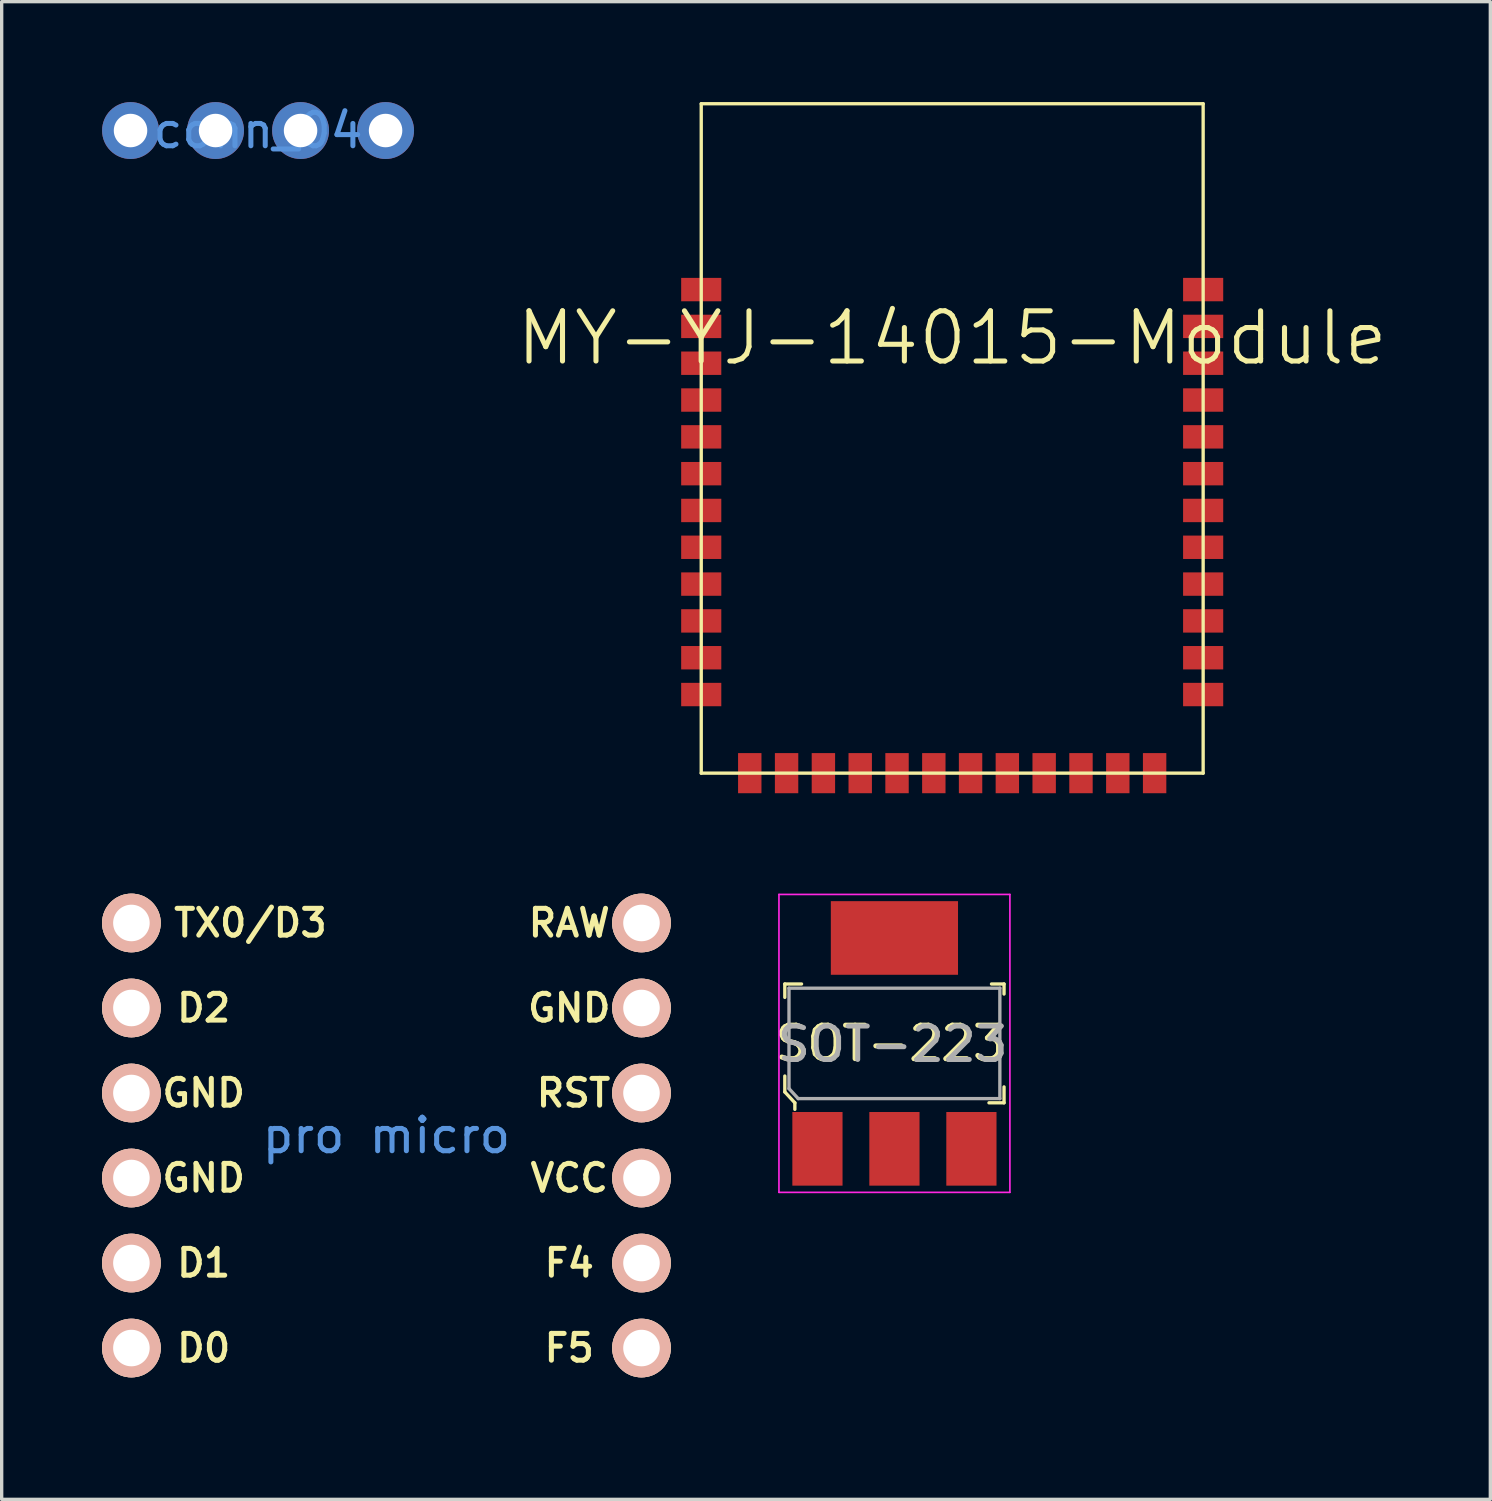
<source format=kicad_pcb>
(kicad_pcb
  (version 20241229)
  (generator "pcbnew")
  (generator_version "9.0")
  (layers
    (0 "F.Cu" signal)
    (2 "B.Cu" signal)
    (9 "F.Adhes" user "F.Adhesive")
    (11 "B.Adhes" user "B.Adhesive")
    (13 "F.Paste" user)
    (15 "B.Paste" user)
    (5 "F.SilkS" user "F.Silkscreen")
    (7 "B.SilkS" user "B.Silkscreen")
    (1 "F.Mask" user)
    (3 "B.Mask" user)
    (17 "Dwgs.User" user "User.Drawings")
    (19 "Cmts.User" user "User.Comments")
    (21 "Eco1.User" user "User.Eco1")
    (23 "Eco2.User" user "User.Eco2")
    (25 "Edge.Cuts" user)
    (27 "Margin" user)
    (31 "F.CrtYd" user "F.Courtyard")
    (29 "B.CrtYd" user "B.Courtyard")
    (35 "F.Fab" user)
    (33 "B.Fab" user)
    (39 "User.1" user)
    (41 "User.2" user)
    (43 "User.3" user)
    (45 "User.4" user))
  (footprint "conn_04"
    (layer "F.Cu")
    (at 4.66 0.85)
    (property "Reference" "conn_04" (at 0 0 0) (layer "Cmts.User") (effects (font (size 1 1) (thickness 0.15))))
    (attr through_hole)
    (pad "1" thru_hole oval (at -3.81 0 90) (size 1.7 1.7) (drill 1) (layers "*.Cu" "*.Mask"))
    (pad "2" thru_hole oval (at -1.27 0 90) (size 1.7 1.7) (drill 1) (layers "*.Cu" "*.Mask"))
    (pad "3" thru_hole oval (at 1.27 0 90) (size 1.7 1.7) (drill 1) (layers "*.Cu" "*.Mask"))
    (pad "4" thru_hole oval (at 3.81 0 90) (size 1.7 1.7) (drill 1) (layers "*.Cu" "*.Mask")))
  (footprint "SOT-223"
    (layer "F.Cu")
    (at 23.673 28.124)
    (property "Reference" "SOT-223" (at -0.127 0 0) (layer "F.SilkS") (effects (font (size 1 1) (thickness 0.15))))
    (attr through_hole)
    (fp_line (start -3.275 -1.775) (end -3.275 -1.375) (stroke (width 0.1) (type solid)) (layer "F.SilkS"))
    (fp_line (start -3.275 0.975) (end -3.275 1.45) (stroke (width 0.1) (type solid)) (layer "F.SilkS"))
    (fp_line (start -3.275 1.45) (end -2.975 1.775) (stroke (width 0.1) (type solid)) (layer "F.SilkS"))
    (fp_line (start -2.975 1.775) (end -2.975 1.97) (stroke (width 0.1) (type solid)) (layer "F.SilkS"))
    (fp_line (start -2.775 -1.775) (end -3.275 -1.775) (stroke (width 0.1) (type solid)) (layer "F.SilkS"))
    (fp_line (start 2.9 -1.775) (end 3.275 -1.775) (stroke (width 0.1) (type solid)) (layer "F.SilkS"))
    (fp_line (start 3.275 -1.775) (end 3.275 -1.475) (stroke (width 0.1) (type solid)) (layer "F.SilkS"))
    (fp_line (start 3.275 1.3) (end 3.275 1.775) (stroke (width 0.1) (type solid)) (layer "F.SilkS"))
    (fp_line (start 3.275 1.775) (end 2.825 1.775) (stroke (width 0.1) (type solid)) (layer "F.SilkS"))
    (fp_line (start -3.45 -4.45) (end -3.45 4.45) (stroke (width 0.05) (type solid)) (layer "F.CrtYd"))
    (fp_line (start -3.45 4.45) (end 3.45 4.45) (stroke (width 0.05) (type solid)) (layer "F.CrtYd"))
    (fp_line (start 3.45 -4.45) (end -3.45 -4.45) (stroke (width 0.05) (type solid)) (layer "F.CrtYd"))
    (fp_line (start 3.45 -4.45) (end 3.45 4.45) (stroke (width 0.05) (type solid)) (layer "F.CrtYd"))
    (fp_line (start -3.15 -1.65) (end 3.15 -1.65) (stroke (width 0.1) (type solid)) (layer "F.Fab"))
    (fp_line (start -3.15 1.35) (end -3.15 -1.65) (stroke (width 0.1) (type solid)) (layer "F.Fab"))
    (fp_line (start -3.15 1.35) (end -2.875 1.65) (stroke (width 0.1) (type solid)) (layer "F.Fab"))
    (fp_line (start 3.15 -1.65) (end 3.15 1.65) (stroke (width 0.1) (type solid)) (layer "F.Fab"))
    (fp_line (start 3.15 1.65) (end -2.875 1.65) (stroke (width 0.1) (type solid)) (layer "F.Fab"))
    (fp_text user "${REFERENCE}" (at -0.05 0.025 0) (layer "F.Fab") (effects (font (size 1 1) (thickness 0.15))))
    (pad "1" smd rect (at -2.3 3.15) (size 1.5 2.2) (layers "F.Cu" "F.Mask" "F.Paste"))
    (pad "2" smd rect (at 0 3.15) (size 1.5 2.2) (layers "F.Cu" "F.Mask" "F.Paste"))
    (pad "3" smd rect (at 2.3 3.15) (size 1.5 2.2) (layers "F.Cu" "F.Mask" "F.Paste"))
    (pad "4" smd rect (at 0 -3.15) (size 3.8 2.2) (layers "F.Cu" "F.Mask" "F.Paste")))
  (footprint "pro micro"
    (layer "F.Cu")
    (at 8.496 38.496)
    (property "Reference" "pro micro" (at 0 -7.62 0) (layer "Cmts.User") (effects (font (size 1 1) (thickness 0.15))))
    (attr through_hole)
    (fp_text user "F5" (at 5.461 -1.27 0) (layer "F.SilkS") (effects (font (size 0.8 0.8) (thickness 0.15))))
    (fp_text user "D2" (at -5.461 -11.43 0) (layer "F.SilkS") (effects (font (size 0.8 0.8) (thickness 0.15))))
    (fp_text user "GND" (at -5.461 -8.89 0) (layer "F.SilkS") (effects (font (size 0.8 0.8) (thickness 0.15))))
    (fp_text user "RST" (at 5.588 -8.89 0) (layer "F.SilkS") (effects (font (size 0.8 0.8) (thickness 0.15))))
    (fp_text user "RAW" (at 5.461 -13.97 0) (layer "F.SilkS") (effects (font (size 0.8 0.8) (thickness 0.15))))
    (fp_text user "GND" (at 5.461 -11.43 0) (layer "F.SilkS") (effects (font (size 0.8 0.8) (thickness 0.15))))
    (fp_text user "VCC" (at 5.461 -6.35 0) (layer "F.SilkS") (effects (font (size 0.8 0.8) (thickness 0.15))))
    (fp_text user "GND" (at -5.461 -6.35 0) (layer "F.SilkS") (effects (font (size 0.8 0.8) (thickness 0.15))))
    (fp_text user "TX0/D3" (at -4.064 -13.97 0) (layer "F.SilkS") (effects (font (size 0.8 0.8) (thickness 0.15))))
    (fp_text user "D0" (at -5.461 -1.27 0) (layer "F.SilkS") (effects (font (size 0.8 0.8) (thickness 0.15))))
    (fp_text user "D1" (at -5.461 -3.81 0) (layer "F.SilkS") (effects (font (size 0.8 0.8) (thickness 0.15))))
    (fp_text user "F4" (at 5.461 -3.81 0) (layer "F.SilkS") (effects (font (size 0.8 0.8) (thickness 0.15))))
    (pad "D0" thru_hole circle (at -7.62 -1.27 270) (size 1.753 1.753) (drill 1.092) (layers "*.Cu" "*.SilkS" "*.Mask"))
    (pad "D1" thru_hole circle (at -7.62 -3.81 270) (size 1.753 1.753) (drill 1.092) (layers "*.Cu" "*.SilkS" "*.Mask"))
    (pad "D2" thru_hole circle (at -7.62 -11.43 270) (size 1.753 1.753) (drill 1.092) (layers "*.Cu" "*.SilkS" "*.Mask"))
    (pad "D3" thru_hole circle (at -7.62 -13.97 90) (size 1.753 1.753) (drill 1.092) (layers "*.Cu" "*.SilkS" "*.Mask"))
    (pad "F4" thru_hole circle (at 7.62 -3.81 270) (size 1.753 1.753) (drill 1.092) (layers "*.Cu" "*.SilkS" "*.Mask"))
    (pad "F5" thru_hole circle (at 7.62 -1.27 270) (size 1.753 1.753) (drill 1.092) (layers "*.Cu" "*.SilkS" "*.Mask"))
    (pad "GND" thru_hole circle (at -7.62 -8.89 270) (size 1.753 1.753) (drill 1.092) (layers "*.Cu" "*.SilkS" "*.Mask"))
    (pad "GND" thru_hole circle (at -7.62 -6.35 270) (size 1.753 1.753) (drill 1.092) (layers "*.Cu" "*.SilkS" "*.Mask"))
    (pad "GND" thru_hole circle (at 7.62 -11.43 270) (size 1.753 1.753) (drill 1.092) (layers "*.Cu" "*.SilkS" "*.Mask"))
    (pad "RAW" thru_hole circle (at 7.62 -13.97 270) (size 1.753 1.753) (drill 1.092) (layers "*.Cu" "*.SilkS" "*.Mask"))
    (pad "RST" thru_hole circle (at 7.62 -8.89 270) (size 1.753 1.753) (drill 1.092) (layers "*.Cu" "*.SilkS" "*.Mask"))
    (pad "VCC" thru_hole circle (at 7.62 -6.35 270) (size 1.753 1.753) (drill 1.092) (layers "*.Cu" "*.SilkS" "*.Mask")))
  (footprint "MY-YJ-14015-Module"
    (layer "F.Cu")
    (at 25.399 20.05)
    (property "Reference" "MY-YJ-14015-Module" (at 0 -13 0) (layer "F.SilkS") (effects (font (size 1.5 1.5) (thickness 0.152))))
    (attr smd)
    (fp_line (start -7.498 -20) (end -7.498 0) (stroke (width 0.1) (type solid)) (layer "F.SilkS"))
    (fp_line (start -7.498 0) (end 7.498 0) (stroke (width 0.1) (type solid)) (layer "F.SilkS"))
    (fp_line (start 7.498 -20) (end -7.498 -20) (stroke (width 0.1) (type solid)) (layer "F.SilkS"))
    (fp_line (start 7.498 0) (end 7.498 -20) (stroke (width 0.1) (type solid)) (layer "F.SilkS"))
    (pad "1" smd rect (at -7.498 -14.448 90) (size 0.699 1.199) (layers "F.Cu" "F.Mask" "F.Paste"))
    (pad "2" smd rect (at -7.498 -13.348 90) (size 0.699 1.199) (layers "F.Cu" "F.Mask" "F.Paste"))
    (pad "3" smd rect (at -7.498 -12.248 90) (size 0.699 1.199) (layers "F.Cu" "F.Mask" "F.Paste"))
    (pad "4" smd rect (at -7.498 -11.148 90) (size 0.699 1.199) (layers "F.Cu" "F.Mask" "F.Paste"))
    (pad "5" smd rect (at -7.498 -10.048 90) (size 0.699 1.199) (layers "F.Cu" "F.Mask" "F.Paste"))
    (pad "6" smd rect (at -7.498 -8.948 90) (size 0.699 1.199) (layers "F.Cu" "F.Mask" "F.Paste"))
    (pad "7" smd rect (at -7.498 -7.849 90) (size 0.699 1.199) (layers "F.Cu" "F.Mask" "F.Paste"))
    (pad "8" smd rect (at -7.498 -6.749 90) (size 0.699 1.199) (layers "F.Cu" "F.Mask" "F.Paste"))
    (pad "9" smd rect (at -7.498 -5.649 90) (size 0.699 1.199) (layers "F.Cu" "F.Mask" "F.Paste"))
    (pad "10" smd rect (at -7.498 -4.549 90) (size 0.699 1.199) (layers "F.Cu" "F.Mask" "F.Paste"))
    (pad "11" smd rect (at -7.498 -3.449 90) (size 0.699 1.199) (layers "F.Cu" "F.Mask" "F.Paste"))
    (pad "12" smd rect (at -7.498 -2.349 90) (size 0.699 1.199) (layers "F.Cu" "F.Mask" "F.Paste"))
    (pad "13" smd rect (at -6.048 0 90) (size 1.199 0.699) (layers "F.Cu" "F.Mask" "F.Paste"))
    (pad "14" smd rect (at -4.948 0 90) (size 1.199 0.699) (layers "F.Cu" "F.Mask" "F.Paste"))
    (pad "15" smd rect (at -3.848 0 90) (size 1.199 0.699) (layers "F.Cu" "F.Mask" "F.Paste"))
    (pad "16" smd rect (at -2.748 0 90) (size 1.199 0.699) (layers "F.Cu" "F.Mask" "F.Paste"))
    (pad "17" smd rect (at -1.648 0 90) (size 1.199 0.699) (layers "F.Cu" "F.Mask" "F.Paste"))
    (pad "18" smd rect (at -0.549 0 90) (size 1.199 0.699) (layers "F.Cu" "F.Mask" "F.Paste"))
    (pad "19" smd rect (at 0.549 0 90) (size 1.199 0.699) (layers "F.Cu" "F.Mask" "F.Paste"))
    (pad "20" smd rect (at 1.648 0 90) (size 1.199 0.699) (layers "F.Cu" "F.Mask" "F.Paste"))
    (pad "21" smd rect (at 2.748 0 90) (size 1.199 0.699) (layers "F.Cu" "F.Mask" "F.Paste"))
    (pad "22" smd rect (at 3.848 0 90) (size 1.199 0.699) (layers "F.Cu" "F.Mask" "F.Paste"))
    (pad "23" smd rect (at 4.948 0 90) (size 1.199 0.699) (layers "F.Cu" "F.Mask" "F.Paste"))
    (pad "24" smd rect (at 6.048 0 90) (size 1.199 0.699) (layers "F.Cu" "F.Mask" "F.Paste"))
    (pad "25" smd rect (at 7.498 -2.349 90) (size 0.699 1.199) (layers "F.Cu" "F.Mask" "F.Paste"))
    (pad "26" smd rect (at 7.498 -3.449 90) (size 0.699 1.199) (layers "F.Cu" "F.Mask" "F.Paste"))
    (pad "27" smd rect (at 7.498 -4.549 90) (size 0.699 1.199) (layers "F.Cu" "F.Mask" "F.Paste"))
    (pad "28" smd rect (at 7.498 -5.649 90) (size 0.699 1.199) (layers "F.Cu" "F.Mask" "F.Paste"))
    (pad "29" smd rect (at 7.498 -6.749 90) (size 0.699 1.199) (layers "F.Cu" "F.Mask" "F.Paste"))
    (pad "30" smd rect (at 7.498 -7.849 90) (size 0.699 1.199) (layers "F.Cu" "F.Mask" "F.Paste"))
    (pad "31" smd rect (at 7.498 -8.948 90) (size 0.699 1.199) (layers "F.Cu" "F.Mask" "F.Paste"))
    (pad "32" smd rect (at 7.498 -10.048 90) (size 0.699 1.199) (layers "F.Cu" "F.Mask" "F.Paste"))
    (pad "33" smd rect (at 7.498 -11.148 90) (size 0.699 1.199) (layers "F.Cu" "F.Mask" "F.Paste"))
    (pad "34" smd rect (at 7.498 -12.248 90) (size 0.699 1.199) (layers "F.Cu" "F.Mask" "F.Paste"))
    (pad "35" smd rect (at 7.498 -13.348 90) (size 0.699 1.199) (layers "F.Cu" "F.Mask" "F.Paste"))
    (pad "36" smd rect (at 7.498 -14.448 90) (size 0.699 1.199) (layers "F.Cu" "F.Mask" "F.Paste")))
  (gr_rect
    (start -3 -3)
    (end 41.477 41.746)
    (stroke (width 0.1) (type default))
    (fill no)
    (layer "Edge.Cuts")))
</source>
